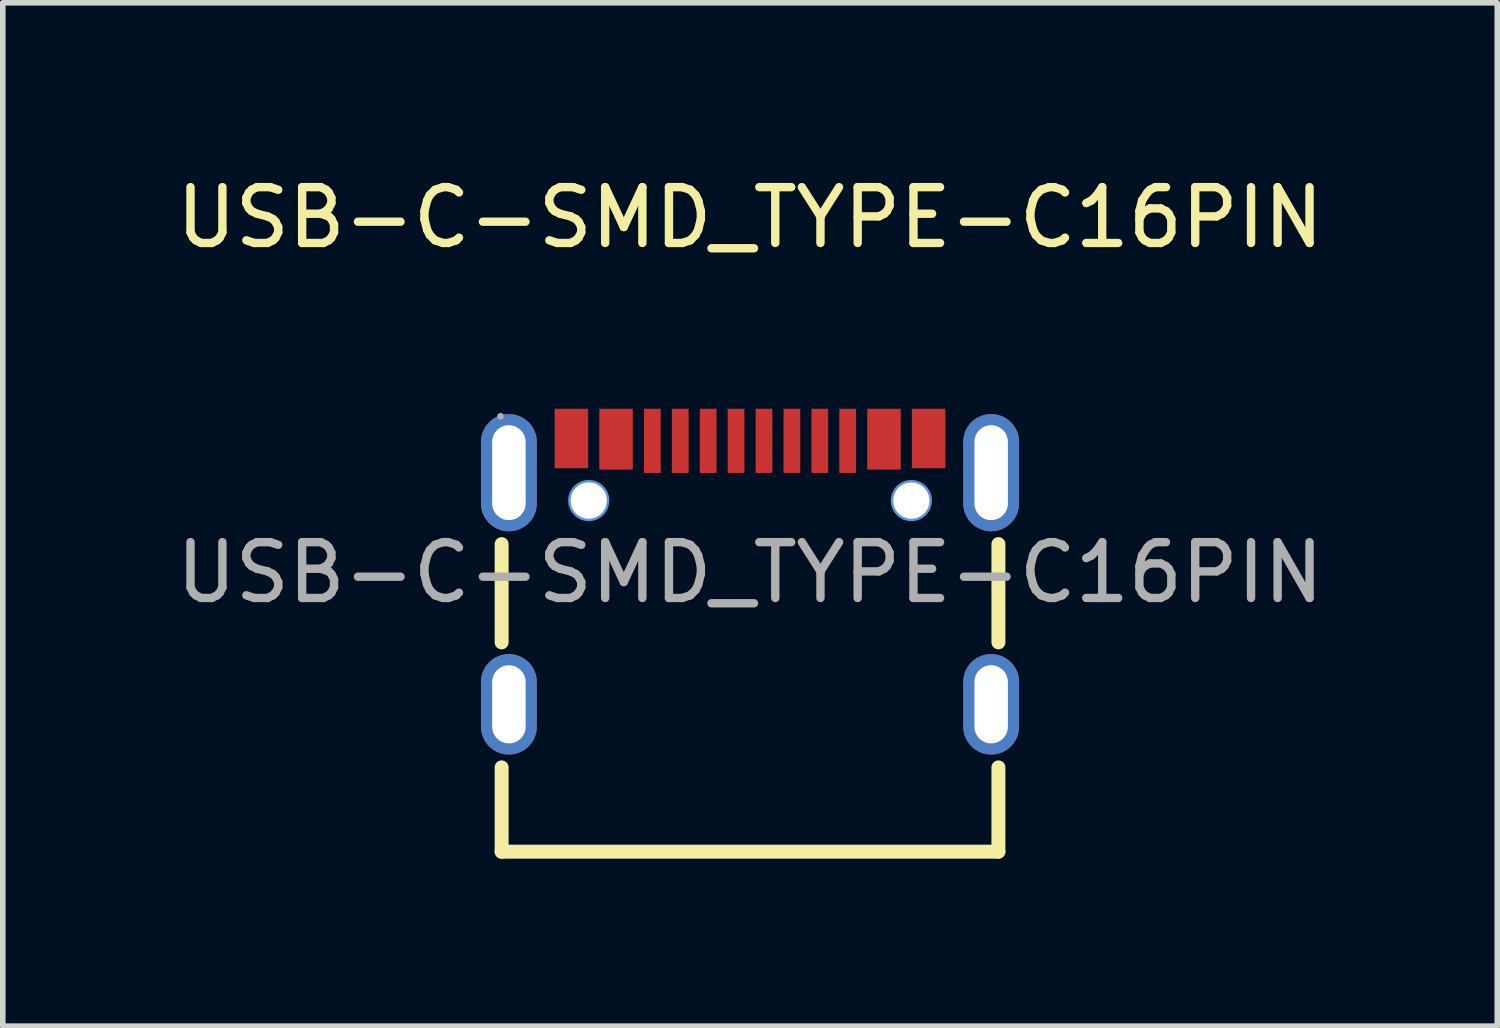
<source format=kicad_pcb>
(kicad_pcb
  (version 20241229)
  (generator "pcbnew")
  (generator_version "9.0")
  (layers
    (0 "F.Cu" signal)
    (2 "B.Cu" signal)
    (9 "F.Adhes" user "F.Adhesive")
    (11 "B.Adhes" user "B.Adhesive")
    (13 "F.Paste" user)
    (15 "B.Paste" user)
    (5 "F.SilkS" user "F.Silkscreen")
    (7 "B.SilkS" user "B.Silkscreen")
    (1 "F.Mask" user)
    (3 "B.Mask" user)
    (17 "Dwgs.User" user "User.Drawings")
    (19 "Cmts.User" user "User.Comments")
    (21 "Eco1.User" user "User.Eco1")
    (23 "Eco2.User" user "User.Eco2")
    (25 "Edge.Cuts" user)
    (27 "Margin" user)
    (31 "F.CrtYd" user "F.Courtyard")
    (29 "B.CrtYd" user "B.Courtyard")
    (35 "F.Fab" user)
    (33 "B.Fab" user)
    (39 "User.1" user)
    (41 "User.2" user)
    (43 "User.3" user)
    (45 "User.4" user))
  (footprint "USB-C-SMD_TYPE-C16PIN"
    (layer "F.Cu")
    (at 10.387 7.208)
    (property "Reference" "USB-C-SMD_TYPE-C16PIN" (at 0 -6.36 0) (layer "F.SilkS") (effects (font (size 1 1) (thickness 0.15))))
    (attr smd)
    (fp_line (start -4.45 -0.51) (end -4.45 1.25) (stroke (width 0.25) (type solid)) (layer "F.SilkS"))
    (fp_line (start -4.45 3.49) (end -4.45 5) (stroke (width 0.25) (type solid)) (layer "F.SilkS"))
    (fp_line (start -4.45 5) (end 4.45 5) (stroke (width 0.25) (type solid)) (layer "F.SilkS"))
    (fp_line (start 4.45 1.25) (end 4.45 -0.51) (stroke (width 0.25) (type solid)) (layer "F.SilkS"))
    (fp_line (start 4.45 5) (end 4.45 3.49) (stroke (width 0.25) (type solid)) (layer "F.SilkS"))
    (fp_circle (center -2.89 -1.29) (end -2.77 -1.29) (stroke (width 0.25) (type solid)) (fill no) (layer "Cmts.User"))
    (fp_circle (center 2.89 -1.29) (end 3.01 -1.29) (stroke (width 0.25) (type solid)) (fill no) (layer "Cmts.User"))
    (fp_circle (center -4.47 -2.8) (end -4.44 -2.8) (stroke (width 0.06) (type solid)) (fill no) (layer "F.Fab"))
    (fp_text user "${REFERENCE}" (at 0 0 0) (layer "F.Fab") (effects (font (size 1 1) (thickness 0.15))))
    (pad "" thru_hole circle (at -2.89 -1.29) (size 0.65 0.65) (drill 0.65) (layers "*.Cu" "*.Mask"))
    (pad "" thru_hole circle (at 2.89 -1.29) (size 0.65 0.65) (drill 0.65) (layers "*.Cu" "*.Mask"))
    (pad "1" thru_hole oval (at -4.32 -1.79) (size 1 2.1) (drill oval 0.6 1.7) (layers "*.Cu" "*.Mask"))
    (pad "2" thru_hole oval (at 4.32 -1.79) (size 1 2.1) (drill oval 0.6 1.7) (layers "*.Cu" "*.Mask"))
    (pad "3" thru_hole oval (at -4.32 2.36) (size 1 1.8) (drill oval 0.6 1.4) (layers "*.Cu" "*.Mask"))
    (pad "4" thru_hole oval (at 4.32 2.36) (size 1 1.8) (drill oval 0.6 1.4) (layers "*.Cu" "*.Mask"))
    (pad "A1B12" smd rect (at -3.2 -2.402) (size 0.6 1.066) (layers "F.Cu" "F.Mask" "F.Paste"))
    (pad "A4B9" smd rect (at -2.4 -2.39) (size 0.6 1.09) (layers "F.Cu" "F.Mask" "F.Paste"))
    (pad "A5" smd rect (at -1.25 -2.36) (size 0.3 1.15) (layers "F.Cu" "F.Mask" "F.Paste"))
    (pad "A6" smd rect (at -0.25 -2.36) (size 0.3 1.15) (layers "F.Cu" "F.Mask" "F.Paste"))
    (pad "A7" smd rect (at 0.25 -2.36) (size 0.3 1.15) (layers "F.Cu" "F.Mask" "F.Paste"))
    (pad "A8" smd rect (at -1.75 -2.36) (size 0.3 1.15) (layers "F.Cu" "F.Mask" "F.Paste"))
    (pad "B1A12" smd rect (at 3.2 -2.402) (size 0.6 1.066) (layers "F.Cu" "F.Mask" "F.Paste"))
    (pad "B4A9" smd rect (at 2.4 -2.39) (size 0.6 1.09) (layers "F.Cu" "F.Mask" "F.Paste"))
    (pad "B5" smd rect (at 1.75 -2.36) (size 0.3 1.15) (layers "F.Cu" "F.Mask" "F.Paste"))
    (pad "B6" smd rect (at 0.75 -2.36) (size 0.3 1.15) (layers "F.Cu" "F.Mask" "F.Paste"))
    (pad "B7" smd rect (at -0.75 -2.36) (size 0.3 1.15) (layers "F.Cu" "F.Mask" "F.Paste"))
    (pad "B8" smd rect (at 1.25 -2.36) (size 0.3 1.15) (layers "F.Cu" "F.Mask" "F.Paste")))
  (gr_rect
    (start -3 -3)
    (end 23.774 15.333)
    (stroke (width 0.1) (type default))
    (fill no)
    (layer "Edge.Cuts")))
</source>
